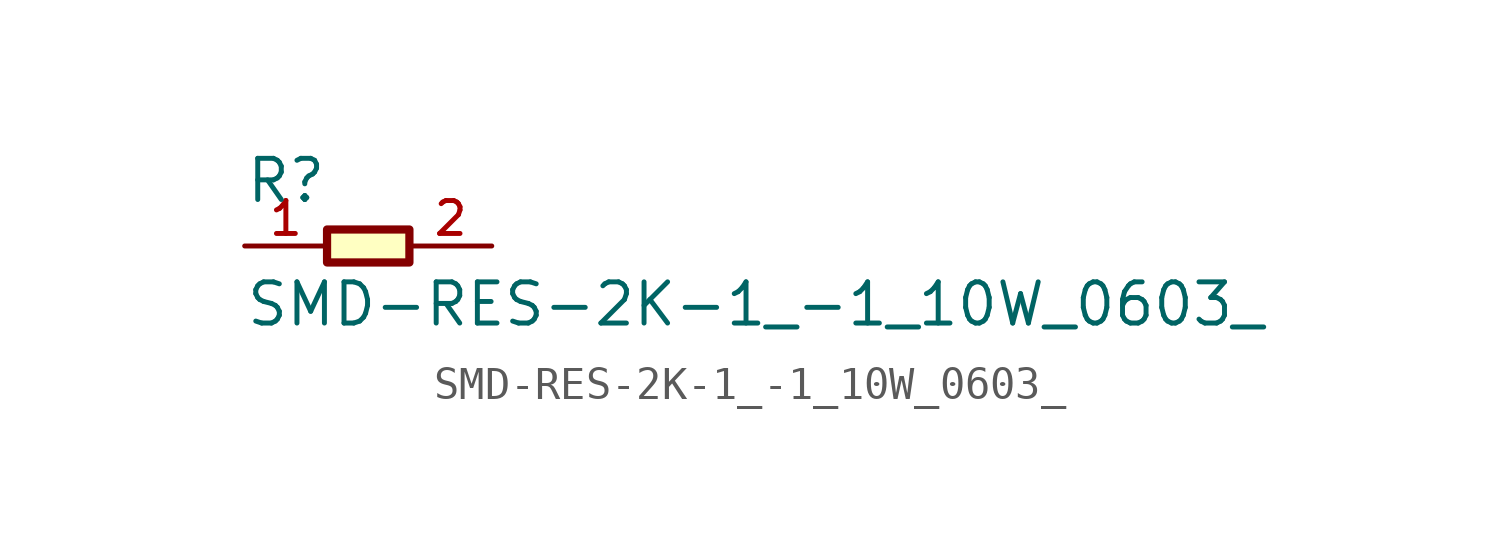
<source format=kicad_sym>
(kicad_symbol_lib
  (version 20211014)
  (generator kicad_symbol_editor)
  (symbol "SMD-RES-2K-1_-1_10W_0603_"
    (pin_names
      (offset 1.016))
    (property "Reference" "R"
      (at -3.81 1.27 0)
      (effects (font (size 1.27 1.27)) (justify bottom left)))
    (property "Value" "SMD-RES-2K-1_-1_10W_0603_"
      (at -3.81 -2.54 0)
      (effects (font (size 1.27 1.27)) (justify bottom left)))
    (symbol "SMD-RES-2K-1_-1_10W_0603__0_0"
      (rectangle (start -1.27 -0.508) (end 1.27 0.508) (stroke (width 0.254)) (fill (type background)))
      (pin passive line (at -3.81 0.0 0) (length 2.54) (name "~" (effects (font (size 1.016 1.016)))) (number "1" (effects (font (size 1.016 1.016)))))
      (pin passive line (at 3.81 0.0 180.0) (length 2.54) (name "~" (effects (font (size 1.016 1.016)))) (number "2" (effects (font (size 1.016 1.016))))))))
</source>
